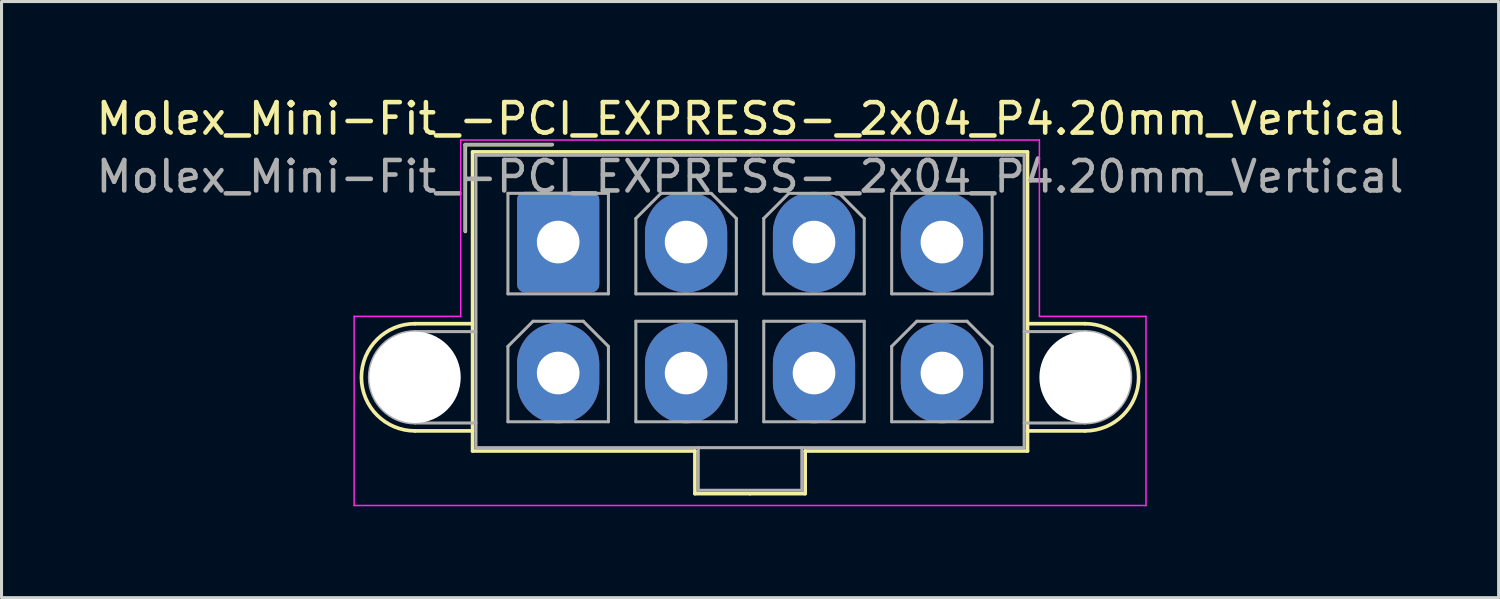
<source format=kicad_pcb>
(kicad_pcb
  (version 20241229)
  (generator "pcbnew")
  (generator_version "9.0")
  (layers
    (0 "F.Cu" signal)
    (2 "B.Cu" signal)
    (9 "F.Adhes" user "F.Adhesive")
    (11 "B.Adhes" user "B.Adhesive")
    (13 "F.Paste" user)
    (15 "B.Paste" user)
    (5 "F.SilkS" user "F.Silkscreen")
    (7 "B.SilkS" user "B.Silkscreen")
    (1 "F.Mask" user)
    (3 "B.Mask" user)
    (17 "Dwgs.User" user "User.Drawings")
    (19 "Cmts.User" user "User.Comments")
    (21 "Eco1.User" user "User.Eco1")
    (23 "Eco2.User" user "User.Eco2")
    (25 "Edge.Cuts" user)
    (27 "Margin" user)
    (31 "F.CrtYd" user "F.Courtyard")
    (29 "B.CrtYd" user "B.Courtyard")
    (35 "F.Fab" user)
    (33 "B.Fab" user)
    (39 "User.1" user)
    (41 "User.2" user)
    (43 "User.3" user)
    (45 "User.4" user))
  (footprint "Molex_Mini-Fit_-PCI_EXPRESS-_2x04_P4.20mm_Vertical"
    (layer "F.Cu")
    (at 15.277 4.298)
    (property "Reference" "Molex_Mini-Fit_-PCI_EXPRESS-_2x04_P4.20mm_Vertical" (at 6.3 -3.45 0) (layer "F.SilkS") (effects (font (size 1 1) (thickness 0.15))))
    (attr through_hole)
    (fp_line (start -4.7 3.28) (end -2.81 3.28) (stroke (width 0.12) (type solid)) (layer "F.SilkS"))
    (fp_line (start -4.7 6.8) (end -2.81 6.8) (stroke (width 0.12) (type solid)) (layer "F.SilkS"))
    (fp_line (start -3.05 -2.6) (end -3.05 0.25) (stroke (width 0.12) (type solid)) (layer "F.SilkS"))
    (fp_line (start -2.81 -2.36) (end -2.81 7.46) (stroke (width 0.12) (type solid)) (layer "F.SilkS"))
    (fp_line (start -2.81 7.46) (end 4.49 7.46) (stroke (width 0.12) (type solid)) (layer "F.SilkS"))
    (fp_line (start -0.2 -2.6) (end -3.05 -2.6) (stroke (width 0.12) (type solid)) (layer "F.SilkS"))
    (fp_line (start 4.49 7.46) (end 4.49 8.86) (stroke (width 0.12) (type solid)) (layer "F.SilkS"))
    (fp_line (start 4.49 8.86) (end 6.3 8.86) (stroke (width 0.12) (type solid)) (layer "F.SilkS"))
    (fp_line (start 6.3 -2.36) (end -2.81 -2.36) (stroke (width 0.12) (type solid)) (layer "F.SilkS"))
    (fp_line (start 6.3 -2.36) (end 15.41 -2.36) (stroke (width 0.12) (type solid)) (layer "F.SilkS"))
    (fp_line (start 8.11 7.46) (end 8.11 8.86) (stroke (width 0.12) (type solid)) (layer "F.SilkS"))
    (fp_line (start 8.11 8.86) (end 6.3 8.86) (stroke (width 0.12) (type solid)) (layer "F.SilkS"))
    (fp_line (start 15.41 -2.36) (end 15.41 7.46) (stroke (width 0.12) (type solid)) (layer "F.SilkS"))
    (fp_line (start 15.41 7.46) (end 8.11 7.46) (stroke (width 0.12) (type solid)) (layer "F.SilkS"))
    (fp_line (start 17.3 3.28) (end 15.41 3.28) (stroke (width 0.12) (type solid)) (layer "F.SilkS"))
    (fp_line (start 17.3 6.8) (end 15.41 6.8) (stroke (width 0.12) (type solid)) (layer "F.SilkS"))
    (fp_arc (start -4.7 6.8) (mid -6.46 5.04) (end -4.7 3.28) (stroke (width 0.12) (type solid)) (layer "F.SilkS"))
    (fp_arc (start 17.3 3.28) (mid 19.06 5.04) (end 17.3 6.8) (stroke (width 0.12) (type solid)) (layer "F.SilkS"))
    (fp_line (start -6.7 3.04) (end -6.7 9.25) (stroke (width 0.05) (type solid)) (layer "F.CrtYd"))
    (fp_line (start -6.7 9.25) (end 19.3 9.25) (stroke (width 0.05) (type solid)) (layer "F.CrtYd"))
    (fp_line (start -3.2 -2.75) (end -3.2 3.04) (stroke (width 0.05) (type solid)) (layer "F.CrtYd"))
    (fp_line (start -3.2 3.04) (end -6.7 3.04) (stroke (width 0.05) (type solid)) (layer "F.CrtYd"))
    (fp_line (start 15.8 -2.75) (end -3.2 -2.75) (stroke (width 0.05) (type solid)) (layer "F.CrtYd"))
    (fp_line (start 15.8 3.04) (end 15.8 -2.75) (stroke (width 0.05) (type solid)) (layer "F.CrtYd"))
    (fp_line (start 19.3 3.04) (end 15.8 3.04) (stroke (width 0.05) (type solid)) (layer "F.CrtYd"))
    (fp_line (start 19.3 9.25) (end 19.3 3.04) (stroke (width 0.05) (type solid)) (layer "F.CrtYd"))
    (fp_line (start -4.7 3.54) (end -2.7 3.54) (stroke (width 0.1) (type solid)) (layer "F.Fab"))
    (fp_line (start -4.7 6.54) (end -2.7 6.54) (stroke (width 0.1) (type solid)) (layer "F.Fab"))
    (fp_line (start -3.05 -2.6) (end -3.05 0.25) (stroke (width 0.1) (type solid)) (layer "F.Fab"))
    (fp_line (start -2.7 -2.25) (end -2.7 7.35) (stroke (width 0.1) (type solid)) (layer "F.Fab"))
    (fp_line (start -2.7 7.35) (end 15.3 7.35) (stroke (width 0.1) (type solid)) (layer "F.Fab"))
    (fp_line (start -1.65 -1) (end -1.65 2.3) (stroke (width 0.1) (type solid)) (layer "F.Fab"))
    (fp_line (start -1.65 2.3) (end 1.65 2.3) (stroke (width 0.1) (type solid)) (layer "F.Fab"))
    (fp_line (start -1.65 4.025) (end -0.825 3.2) (stroke (width 0.1) (type solid)) (layer "F.Fab"))
    (fp_line (start -1.65 6.5) (end -1.65 4.025) (stroke (width 0.1) (type solid)) (layer "F.Fab"))
    (fp_line (start -0.825 3.2) (end 0.825 3.2) (stroke (width 0.1) (type solid)) (layer "F.Fab"))
    (fp_line (start -0.2 -2.6) (end -3.05 -2.6) (stroke (width 0.1) (type solid)) (layer "F.Fab"))
    (fp_line (start 0.825 3.2) (end 1.65 4.025) (stroke (width 0.1) (type solid)) (layer "F.Fab"))
    (fp_line (start 1.65 -1) (end -1.65 -1) (stroke (width 0.1) (type solid)) (layer "F.Fab"))
    (fp_line (start 1.65 2.3) (end 1.65 -1) (stroke (width 0.1) (type solid)) (layer "F.Fab"))
    (fp_line (start 1.65 4.025) (end 1.65 6.5) (stroke (width 0.1) (type solid)) (layer "F.Fab"))
    (fp_line (start 1.65 6.5) (end -1.65 6.5) (stroke (width 0.1) (type solid)) (layer "F.Fab"))
    (fp_line (start 2.55 -0.175) (end 3.375 -1) (stroke (width 0.1) (type solid)) (layer "F.Fab"))
    (fp_line (start 2.55 2.3) (end 2.55 -0.175) (stroke (width 0.1) (type solid)) (layer "F.Fab"))
    (fp_line (start 2.55 3.2) (end 2.55 6.5) (stroke (width 0.1) (type solid)) (layer "F.Fab"))
    (fp_line (start 2.55 6.5) (end 5.85 6.5) (stroke (width 0.1) (type solid)) (layer "F.Fab"))
    (fp_line (start 3.375 -1) (end 5.025 -1) (stroke (width 0.1) (type solid)) (layer "F.Fab"))
    (fp_line (start 4.6 7.35) (end 4.6 8.75) (stroke (width 0.1) (type solid)) (layer "F.Fab"))
    (fp_line (start 4.6 8.75) (end 8 8.75) (stroke (width 0.1) (type solid)) (layer "F.Fab"))
    (fp_line (start 5.025 -1) (end 5.85 -0.175) (stroke (width 0.1) (type solid)) (layer "F.Fab"))
    (fp_line (start 5.85 -0.175) (end 5.85 2.3) (stroke (width 0.1) (type solid)) (layer "F.Fab"))
    (fp_line (start 5.85 2.3) (end 2.55 2.3) (stroke (width 0.1) (type solid)) (layer "F.Fab"))
    (fp_line (start 5.85 3.2) (end 2.55 3.2) (stroke (width 0.1) (type solid)) (layer "F.Fab"))
    (fp_line (start 5.85 6.5) (end 5.85 3.2) (stroke (width 0.1) (type solid)) (layer "F.Fab"))
    (fp_line (start 6.75 -0.175) (end 7.575 -1) (stroke (width 0.1) (type solid)) (layer "F.Fab"))
    (fp_line (start 6.75 2.3) (end 6.75 -0.175) (stroke (width 0.1) (type solid)) (layer "F.Fab"))
    (fp_line (start 6.75 3.2) (end 6.75 6.5) (stroke (width 0.1) (type solid)) (layer "F.Fab"))
    (fp_line (start 6.75 6.5) (end 10.05 6.5) (stroke (width 0.1) (type solid)) (layer "F.Fab"))
    (fp_line (start 7.575 -1) (end 9.225 -1) (stroke (width 0.1) (type solid)) (layer "F.Fab"))
    (fp_line (start 8 8.75) (end 8 7.35) (stroke (width 0.1) (type solid)) (layer "F.Fab"))
    (fp_line (start 9.225 -1) (end 10.05 -0.175) (stroke (width 0.1) (type solid)) (layer "F.Fab"))
    (fp_line (start 10.05 -0.175) (end 10.05 2.3) (stroke (width 0.1) (type solid)) (layer "F.Fab"))
    (fp_line (start 10.05 2.3) (end 6.75 2.3) (stroke (width 0.1) (type solid)) (layer "F.Fab"))
    (fp_line (start 10.05 3.2) (end 6.75 3.2) (stroke (width 0.1) (type solid)) (layer "F.Fab"))
    (fp_line (start 10.05 6.5) (end 10.05 3.2) (stroke (width 0.1) (type solid)) (layer "F.Fab"))
    (fp_line (start 10.95 -1) (end 10.95 2.3) (stroke (width 0.1) (type solid)) (layer "F.Fab"))
    (fp_line (start 10.95 2.3) (end 14.25 2.3) (stroke (width 0.1) (type solid)) (layer "F.Fab"))
    (fp_line (start 10.95 4.025) (end 11.775 3.2) (stroke (width 0.1) (type solid)) (layer "F.Fab"))
    (fp_line (start 10.95 6.5) (end 10.95 4.025) (stroke (width 0.1) (type solid)) (layer "F.Fab"))
    (fp_line (start 11.775 3.2) (end 13.425 3.2) (stroke (width 0.1) (type solid)) (layer "F.Fab"))
    (fp_line (start 13.425 3.2) (end 14.25 4.025) (stroke (width 0.1) (type solid)) (layer "F.Fab"))
    (fp_line (start 14.25 -1) (end 10.95 -1) (stroke (width 0.1) (type solid)) (layer "F.Fab"))
    (fp_line (start 14.25 2.3) (end 14.25 -1) (stroke (width 0.1) (type solid)) (layer "F.Fab"))
    (fp_line (start 14.25 4.025) (end 14.25 6.5) (stroke (width 0.1) (type solid)) (layer "F.Fab"))
    (fp_line (start 14.25 6.5) (end 10.95 6.5) (stroke (width 0.1) (type solid)) (layer "F.Fab"))
    (fp_line (start 15.3 -2.25) (end -2.7 -2.25) (stroke (width 0.1) (type solid)) (layer "F.Fab"))
    (fp_line (start 15.3 7.35) (end 15.3 -2.25) (stroke (width 0.1) (type solid)) (layer "F.Fab"))
    (fp_line (start 17.3 3.54) (end 15.3 3.54) (stroke (width 0.1) (type solid)) (layer "F.Fab"))
    (fp_line (start 17.3 6.54) (end 15.3 6.54) (stroke (width 0.1) (type solid)) (layer "F.Fab"))
    (fp_arc (start -4.7 6.54) (mid -6.2 5.04) (end -4.7 3.54) (stroke (width 0.1) (type solid)) (layer "F.Fab"))
    (fp_arc (start 17.3 3.54) (mid 18.8 5.04) (end 17.3 6.54) (stroke (width 0.1) (type solid)) (layer "F.Fab"))
    (fp_text user "${REFERENCE}" (at 6.3 -1.55 0) (layer "F.Fab") (effects (font (size 1 1) (thickness 0.15))))
    (pad "" np_thru_hole circle (at -4.7 5.04) (size 3 3) (drill 3) (layers "*.Cu" "*.Mask"))
    (pad "" np_thru_hole circle (at 17.3 5.04) (size 3 3) (drill 3) (layers "*.Cu" "*.Mask"))
    (pad "1" thru_hole roundrect (at 0 0.6) (size 2.7 3.3) (drill 1.4) (layers "*.Cu" "*.Mask") (roundrect_rratio 0.093))
    (pad "2" thru_hole oval (at 4.2 0.6) (size 2.7 3.3) (drill 1.4) (layers "*.Cu" "*.Mask"))
    (pad "3" thru_hole oval (at 8.4 0.6) (size 2.7 3.3) (drill 1.4) (layers "*.Cu" "*.Mask"))
    (pad "4" thru_hole oval (at 12.6 0.6) (size 2.7 3.3) (drill 1.4) (layers "*.Cu" "*.Mask"))
    (pad "5" thru_hole oval (at 0 4.9) (size 2.7 3.3) (drill 1.4) (layers "*.Cu" "*.Mask"))
    (pad "6" thru_hole oval (at 4.2 4.9) (size 2.7 3.3) (drill 1.4) (layers "*.Cu" "*.Mask"))
    (pad "7" thru_hole oval (at 8.4 4.9) (size 2.7 3.3) (drill 1.4) (layers "*.Cu" "*.Mask"))
    (pad "8" thru_hole oval (at 12.6 4.9) (size 2.7 3.3) (drill 1.4) (layers "*.Cu" "*.Mask")))
  (gr_rect
    (start -3 -3)
    (end 46.155 16.573)
    (stroke (width 0.1) (type default))
    (fill no)
    (layer "Edge.Cuts")))
</source>
